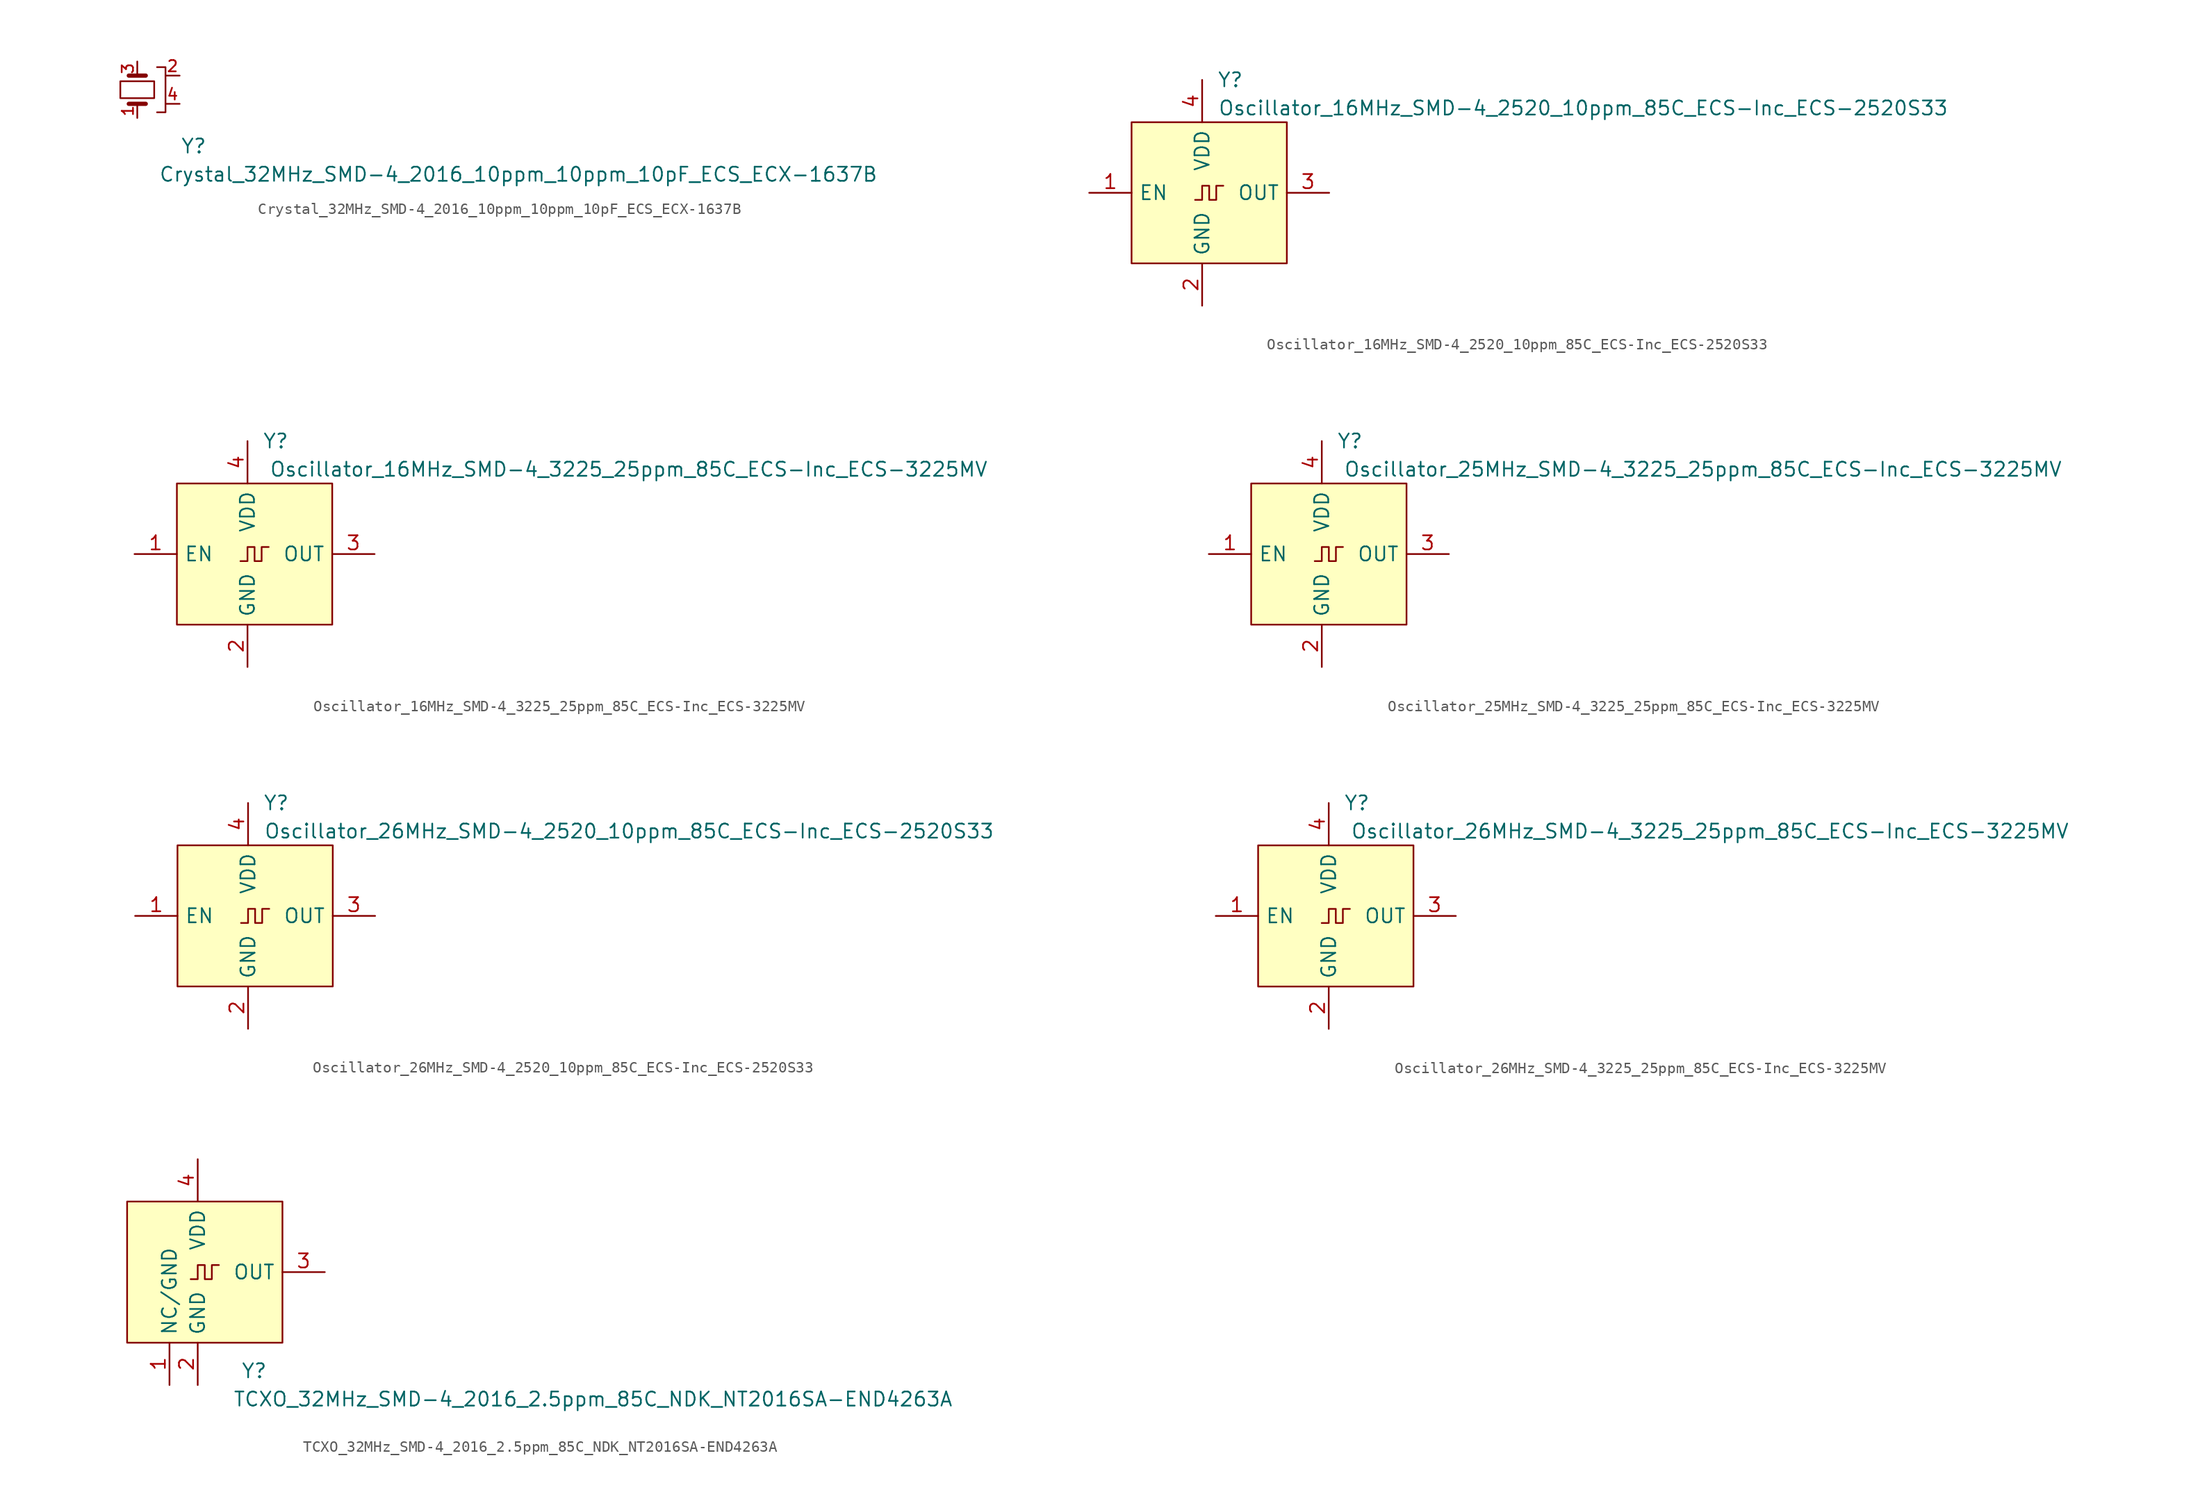
<source format=kicad_sym>
(kicad_symbol_lib
  (version 20211014)
  (generator kicad_symbol_editor)
  (symbol "Crystal_32MHz_SMD-4_2016_10ppm_10ppm_10pF_ECS_ECX-1637B"
    (pin_names
      (offset 1.27) hide)
    (property "Reference" "Y"
      (at 5.08 -5.08 0)
      (effects (font (size 1.27 1.27))))
    (property "Value" "Crystal_32MHz_SMD-4_2016_10ppm_10ppm_10pF_ECS_ECX-1637B"
      (at 34.29 -7.62 0)
      (effects (font (size 1.27 1.27))))
    (symbol "Crystal_32MHz_SMD-4_2016_10ppm_10ppm_10pF_ECS_ECX-1637B_0_0"
      (pin passive line (at 3.81 1.27 180) (length 1.27) (name "GND" (effects (font (size 1.27 1.27)))) (number "2" (effects (font (size 1.016 1.016)))))
      (pin passive line (at 3.81 -1.27 180) (length 1.27) (name "GND" (effects (font (size 1.27 1.27)))) (number "4" (effects (font (size 1.016 1.016))))))
    (symbol "Crystal_32MHz_SMD-4_2016_10ppm_10ppm_10pF_ECS_ECX-1637B_0_1"
      (polyline (pts (xy 1.778 2.032) (xy 2.54 2.032) (xy 2.54 -2.032) (xy 1.778 -2.032)) (stroke (width 0) (type default) (color 0 0 0 0)) (fill (type none))))
    (symbol "Crystal_32MHz_SMD-4_2016_10ppm_10ppm_10pF_ECS_ECX-1637B_1_1"
      (polyline (pts (xy 0.762 -1.27) (xy -0.762 -1.27)) (stroke (width 0.381) (type default) (color 0 0 0 0)) (fill (type none)))
      (polyline (pts (xy 0.762 1.27) (xy -0.762 1.27)) (stroke (width 0.381) (type default) (color 0 0 0 0)) (fill (type none)))
      (rectangle (start 1.524 -0.762) (end -1.524 0.762) (stroke (width 0) (type default) (color 0 0 0 0)) (fill (type none)))
      (pin passive line (at 0 -2.54 90) (length 1.27) (name "IN-OUT" (effects (font (size 1.27 1.27)))) (number "1" (effects (font (size 1.016 1.016)))))
      (pin passive line (at 0 2.54 270) (length 1.27) (name "OUT-IN" (effects (font (size 1.27 1.27)))) (number "3" (effects (font (size 1.016 1.016)))))))
  (symbol "Oscillator_16MHz_SMD-4_2520_10ppm_85C_ECS-Inc_ECS-2520S33"
    (pin_names
      (offset 0.635))
    (property "Reference" "Y"
      (at 2.54 10.16 0)
      (effects (font (size 1.27 1.27))))
    (property "Value" "Oscillator_16MHz_SMD-4_2520_10ppm_85C_ECS-Inc_ECS-2520S33"
      (at 34.29 7.62 0)
      (effects (font (size 1.27 1.27))))
    (symbol "Oscillator_16MHz_SMD-4_2520_10ppm_85C_ECS-Inc_ECS-2520S33_0_0"
      (pin input line (at -10.16 0 0) (length 3.81) (name "EN" (effects (font (size 1.27 1.27)))) (number "1" (effects (font (size 1.27 1.27)))))
      (pin power_in line (at 0 -10.16 90) (length 3.81) (name "GND" (effects (font (size 1.27 1.27)))) (number "2" (effects (font (size 1.27 1.27)))))
      (pin output line (at 11.43 0 180) (length 3.81) (name "OUT" (effects (font (size 1.27 1.27)))) (number "3" (effects (font (size 1.27 1.27)))))
      (pin power_in line (at 0 10.16 270) (length 3.81) (name "VDD" (effects (font (size 1.27 1.27)))) (number "4" (effects (font (size 1.27 1.27))))))
    (symbol "Oscillator_16MHz_SMD-4_2520_10ppm_85C_ECS-Inc_ECS-2520S33_0_1"
      (rectangle (start 7.62 6.35) (end -6.35 -6.35) (stroke (width 0) (type default) (color 0 0 0 0)) (fill (type background))))
    (symbol "Oscillator_16MHz_SMD-4_2520_10ppm_85C_ECS-Inc_ECS-2520S33_1_1"
      (polyline (pts (xy -0.635 -0.635) (xy 0 -0.635) (xy 0 0.635) (xy 0.635 0.635) (xy 0.635 -0.635) (xy 1.27 -0.635) (xy 1.27 0.635) (xy 1.905 0.635)) (stroke (width 0) (type default) (color 0 0 0 0)) (fill (type none)))))
  (symbol "Oscillator_16MHz_SMD-4_3225_25ppm_85C_ECS-Inc_ECS-3225MV"
    (pin_names
      (offset 0.635))
    (property "Reference" "Y"
      (at 2.54 10.16 0)
      (effects (font (size 1.27 1.27))))
    (property "Value" "Oscillator_16MHz_SMD-4_3225_25ppm_85C_ECS-Inc_ECS-3225MV"
      (at 34.29 7.62 0)
      (effects (font (size 1.27 1.27))))
    (symbol "Oscillator_16MHz_SMD-4_3225_25ppm_85C_ECS-Inc_ECS-3225MV_0_0"
      (pin input line (at -10.16 0 0) (length 3.81) (name "EN" (effects (font (size 1.27 1.27)))) (number "1" (effects (font (size 1.27 1.27)))))
      (pin power_in line (at 0 -10.16 90) (length 3.81) (name "GND" (effects (font (size 1.27 1.27)))) (number "2" (effects (font (size 1.27 1.27)))))
      (pin output line (at 11.43 0 180) (length 3.81) (name "OUT" (effects (font (size 1.27 1.27)))) (number "3" (effects (font (size 1.27 1.27)))))
      (pin power_in line (at 0 10.16 270) (length 3.81) (name "VDD" (effects (font (size 1.27 1.27)))) (number "4" (effects (font (size 1.27 1.27))))))
    (symbol "Oscillator_16MHz_SMD-4_3225_25ppm_85C_ECS-Inc_ECS-3225MV_0_1"
      (rectangle (start 7.62 6.35) (end -6.35 -6.35) (stroke (width 0) (type default) (color 0 0 0 0)) (fill (type background))))
    (symbol "Oscillator_16MHz_SMD-4_3225_25ppm_85C_ECS-Inc_ECS-3225MV_1_1"
      (polyline (pts (xy -0.635 -0.635) (xy 0 -0.635) (xy 0 0.635) (xy 0.635 0.635) (xy 0.635 -0.635) (xy 1.27 -0.635) (xy 1.27 0.635) (xy 1.905 0.635)) (stroke (width 0) (type default) (color 0 0 0 0)) (fill (type none)))))
  (symbol "Oscillator_25MHz_SMD-4_3225_25ppm_85C_ECS-Inc_ECS-3225MV"
    (pin_names
      (offset 0.635))
    (property "Reference" "Y"
      (at 2.54 10.16 0)
      (effects (font (size 1.27 1.27))))
    (property "Value" "Oscillator_25MHz_SMD-4_3225_25ppm_85C_ECS-Inc_ECS-3225MV"
      (at 34.29 7.62 0)
      (effects (font (size 1.27 1.27))))
    (symbol "Oscillator_25MHz_SMD-4_3225_25ppm_85C_ECS-Inc_ECS-3225MV_0_0"
      (pin input line (at -10.16 0 0) (length 3.81) (name "EN" (effects (font (size 1.27 1.27)))) (number "1" (effects (font (size 1.27 1.27)))))
      (pin power_in line (at 0 -10.16 90) (length 3.81) (name "GND" (effects (font (size 1.27 1.27)))) (number "2" (effects (font (size 1.27 1.27)))))
      (pin output line (at 11.43 0 180) (length 3.81) (name "OUT" (effects (font (size 1.27 1.27)))) (number "3" (effects (font (size 1.27 1.27)))))
      (pin power_in line (at 0 10.16 270) (length 3.81) (name "VDD" (effects (font (size 1.27 1.27)))) (number "4" (effects (font (size 1.27 1.27))))))
    (symbol "Oscillator_25MHz_SMD-4_3225_25ppm_85C_ECS-Inc_ECS-3225MV_0_1"
      (rectangle (start 7.62 6.35) (end -6.35 -6.35) (stroke (width 0) (type default) (color 0 0 0 0)) (fill (type background))))
    (symbol "Oscillator_25MHz_SMD-4_3225_25ppm_85C_ECS-Inc_ECS-3225MV_1_1"
      (polyline (pts (xy -0.635 -0.635) (xy 0 -0.635) (xy 0 0.635) (xy 0.635 0.635) (xy 0.635 -0.635) (xy 1.27 -0.635) (xy 1.27 0.635) (xy 1.905 0.635)) (stroke (width 0) (type default) (color 0 0 0 0)) (fill (type none)))))
  (symbol "Oscillator_26MHz_SMD-4_2520_10ppm_85C_ECS-Inc_ECS-2520S33"
    (pin_names
      (offset 0.635))
    (property "Reference" "Y"
      (at 2.54 10.16 0)
      (effects (font (size 1.27 1.27))))
    (property "Value" "Oscillator_26MHz_SMD-4_2520_10ppm_85C_ECS-Inc_ECS-2520S33"
      (at 34.29 7.62 0)
      (effects (font (size 1.27 1.27))))
    (symbol "Oscillator_26MHz_SMD-4_2520_10ppm_85C_ECS-Inc_ECS-2520S33_0_0"
      (pin input line (at -10.16 0 0) (length 3.81) (name "EN" (effects (font (size 1.27 1.27)))) (number "1" (effects (font (size 1.27 1.27)))))
      (pin power_in line (at 0 -10.16 90) (length 3.81) (name "GND" (effects (font (size 1.27 1.27)))) (number "2" (effects (font (size 1.27 1.27)))))
      (pin output line (at 11.43 0 180) (length 3.81) (name "OUT" (effects (font (size 1.27 1.27)))) (number "3" (effects (font (size 1.27 1.27)))))
      (pin power_in line (at 0 10.16 270) (length 3.81) (name "VDD" (effects (font (size 1.27 1.27)))) (number "4" (effects (font (size 1.27 1.27))))))
    (symbol "Oscillator_26MHz_SMD-4_2520_10ppm_85C_ECS-Inc_ECS-2520S33_0_1"
      (rectangle (start 7.62 6.35) (end -6.35 -6.35) (stroke (width 0) (type default) (color 0 0 0 0)) (fill (type background))))
    (symbol "Oscillator_26MHz_SMD-4_2520_10ppm_85C_ECS-Inc_ECS-2520S33_1_1"
      (polyline (pts (xy -0.635 -0.635) (xy 0 -0.635) (xy 0 0.635) (xy 0.635 0.635) (xy 0.635 -0.635) (xy 1.27 -0.635) (xy 1.27 0.635) (xy 1.905 0.635)) (stroke (width 0) (type default) (color 0 0 0 0)) (fill (type none)))))
  (symbol "Oscillator_26MHz_SMD-4_3225_25ppm_85C_ECS-Inc_ECS-3225MV"
    (pin_names
      (offset 0.635))
    (property "Reference" "Y"
      (at 2.54 10.16 0)
      (effects (font (size 1.27 1.27))))
    (property "Value" "Oscillator_26MHz_SMD-4_3225_25ppm_85C_ECS-Inc_ECS-3225MV"
      (at 34.29 7.62 0)
      (effects (font (size 1.27 1.27))))
    (symbol "Oscillator_26MHz_SMD-4_3225_25ppm_85C_ECS-Inc_ECS-3225MV_0_0"
      (pin input line (at -10.16 0 0) (length 3.81) (name "EN" (effects (font (size 1.27 1.27)))) (number "1" (effects (font (size 1.27 1.27)))))
      (pin power_in line (at 0 -10.16 90) (length 3.81) (name "GND" (effects (font (size 1.27 1.27)))) (number "2" (effects (font (size 1.27 1.27)))))
      (pin output line (at 11.43 0 180) (length 3.81) (name "OUT" (effects (font (size 1.27 1.27)))) (number "3" (effects (font (size 1.27 1.27)))))
      (pin power_in line (at 0 10.16 270) (length 3.81) (name "VDD" (effects (font (size 1.27 1.27)))) (number "4" (effects (font (size 1.27 1.27))))))
    (symbol "Oscillator_26MHz_SMD-4_3225_25ppm_85C_ECS-Inc_ECS-3225MV_0_1"
      (rectangle (start 7.62 6.35) (end -6.35 -6.35) (stroke (width 0) (type default) (color 0 0 0 0)) (fill (type background))))
    (symbol "Oscillator_26MHz_SMD-4_3225_25ppm_85C_ECS-Inc_ECS-3225MV_1_1"
      (polyline (pts (xy -0.635 -0.635) (xy 0 -0.635) (xy 0 0.635) (xy 0.635 0.635) (xy 0.635 -0.635) (xy 1.27 -0.635) (xy 1.27 0.635) (xy 1.905 0.635)) (stroke (width 0) (type default) (color 0 0 0 0)) (fill (type none)))))
  (symbol "TCXO_32MHz_SMD-4_2016_2.5ppm_85C_NDK_NT2016SA-END4263A"
    (pin_names
      (offset 0.635))
    (property "Reference" "Y"
      (at 5.08 -8.89 0)
      (effects (font (size 1.27 1.27))))
    (property "Value" "TCXO_32MHz_SMD-4_2016_2.5ppm_85C_NDK_NT2016SA-END4263A"
      (at 35.56 -11.43 0)
      (effects (font (size 1.27 1.27))))
    (symbol "TCXO_32MHz_SMD-4_2016_2.5ppm_85C_NDK_NT2016SA-END4263A_1_1"
      (polyline (pts (xy -0.635 -0.635) (xy 0 -0.635) (xy 0 0.635) (xy 0.635 0.635) (xy 0.635 -0.635) (xy 1.27 -0.635) (xy 1.27 0.635) (xy 1.905 0.635)) (stroke (width 0) (type default) (color 0 0 0 0)) (fill (type none)))
      (rectangle (start 7.62 6.35) (end -6.35 -6.35) (stroke (width 0) (type default) (color 0 0 0 0)) (fill (type background)))
      (pin passive line (at -2.54 -10.16 90) (length 3.81) (name "NC/GND" (effects (font (size 1.27 1.27)))) (number "1" (effects (font (size 1.27 1.27)))))
      (pin power_in line (at 0 -10.16 90) (length 3.81) (name "GND" (effects (font (size 1.27 1.27)))) (number "2" (effects (font (size 1.27 1.27)))))
      (pin output line (at 11.43 0 180) (length 3.81) (name "OUT" (effects (font (size 1.27 1.27)))) (number "3" (effects (font (size 1.27 1.27)))))
      (pin power_in line (at 0 10.16 270) (length 3.81) (name "VDD" (effects (font (size 1.27 1.27)))) (number "4" (effects (font (size 1.27 1.27))))))))
</source>
